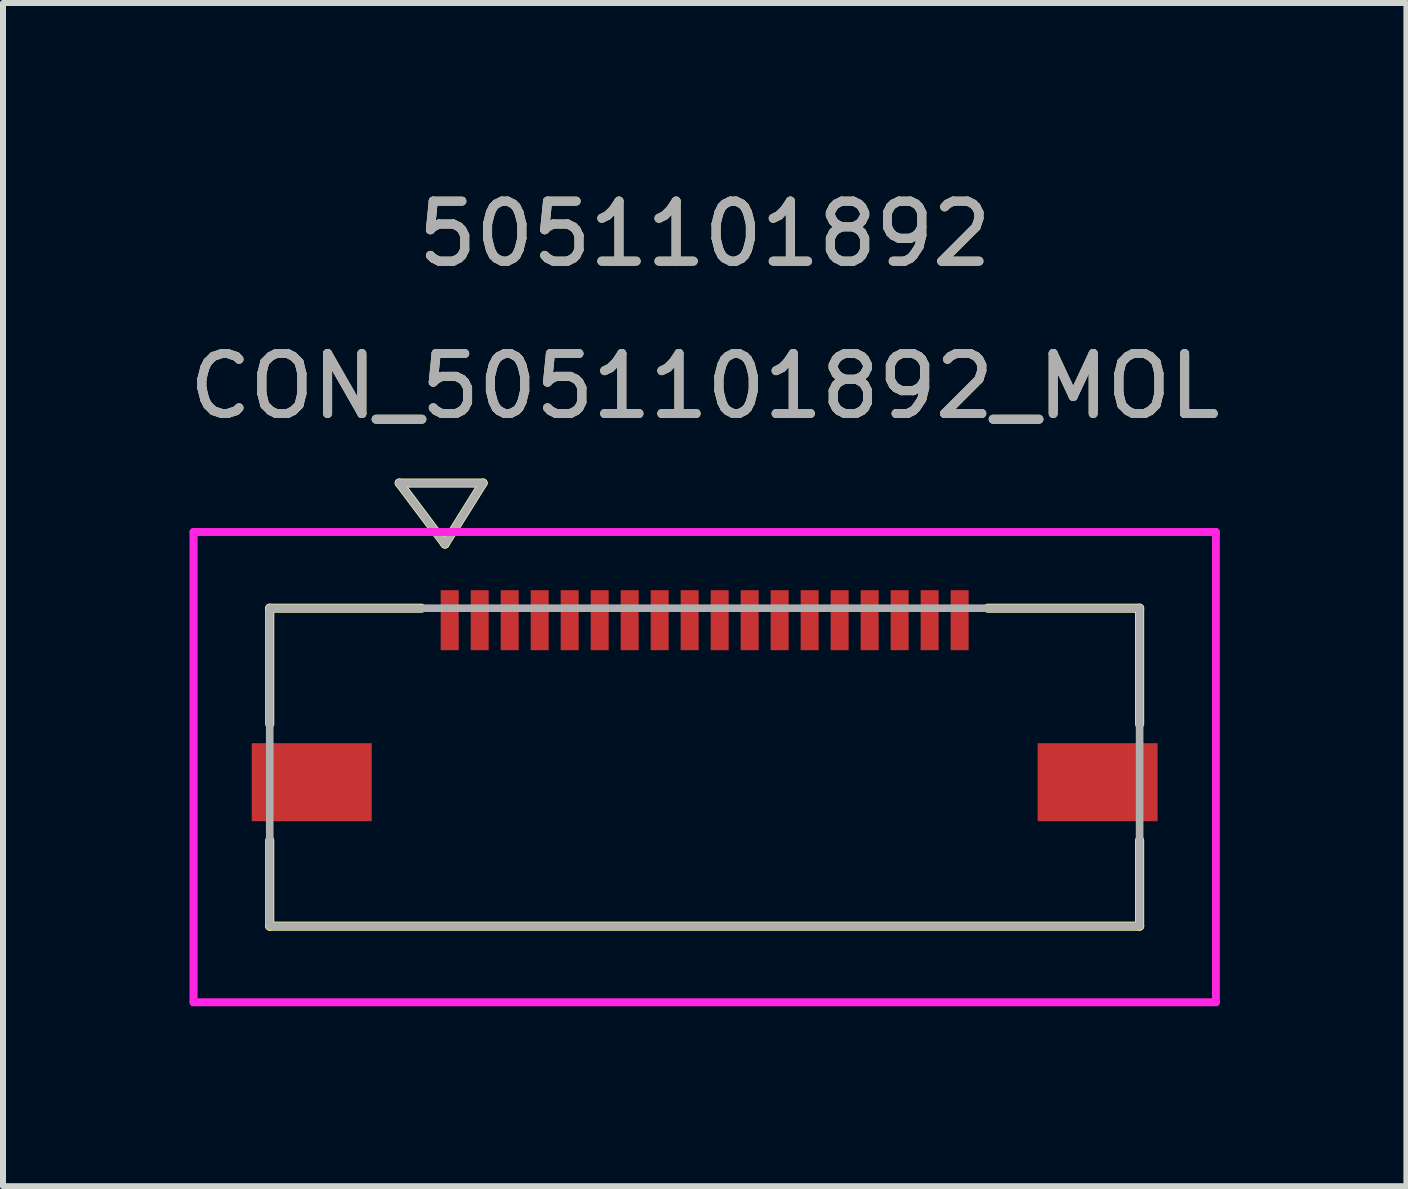
<source format=kicad_pcb>
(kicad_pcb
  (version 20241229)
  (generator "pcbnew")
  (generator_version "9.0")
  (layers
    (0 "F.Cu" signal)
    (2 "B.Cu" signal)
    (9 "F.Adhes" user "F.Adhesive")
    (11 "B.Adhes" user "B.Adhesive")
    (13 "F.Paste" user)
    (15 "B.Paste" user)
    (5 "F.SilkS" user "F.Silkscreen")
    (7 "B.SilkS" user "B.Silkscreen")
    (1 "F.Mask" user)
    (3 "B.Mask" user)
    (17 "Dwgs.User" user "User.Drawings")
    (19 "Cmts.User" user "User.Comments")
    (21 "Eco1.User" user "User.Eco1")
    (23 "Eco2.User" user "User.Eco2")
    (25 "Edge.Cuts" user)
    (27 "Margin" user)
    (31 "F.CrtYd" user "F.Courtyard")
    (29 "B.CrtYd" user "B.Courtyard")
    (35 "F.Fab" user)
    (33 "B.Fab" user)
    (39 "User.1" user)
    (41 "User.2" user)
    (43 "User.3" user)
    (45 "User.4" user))
  (footprint "CON_5051101892_MOL"
    (layer "F.Cu")
    (at 8.696 9.738)
    (property "Reference" "CON_5051101892_MOL" (at 0 -6.35 0) (unlocked yes) (layer "F.SilkS") (effects (font (size 1 1) (thickness 0.15))))
    (attr smd)
    (fp_line (start -7.25 -2.65) (end -7.25 -0.72) (stroke (width 0.152) (type solid)) (layer "F.SilkS"))
    (fp_line (start -7.25 1.22) (end -7.25 2.65) (stroke (width 0.152) (type solid)) (layer "F.SilkS"))
    (fp_line (start -7.25 2.65) (end 7.25 2.65) (stroke (width 0.152) (type solid)) (layer "F.SilkS"))
    (fp_line (start -5.091 -4.736) (end -4.329 -3.72) (stroke (width 0.152) (type solid)) (layer "F.SilkS"))
    (fp_line (start -5.091 -4.736) (end -3.694 -4.736) (stroke (width 0.152) (type solid)) (layer "F.SilkS"))
    (fp_line (start -4.72 -2.65) (end -7.25 -2.65) (stroke (width 0.152) (type solid)) (layer "F.SilkS"))
    (fp_line (start -3.694 -4.736) (end -4.329 -3.72) (stroke (width 0.152) (type solid)) (layer "F.SilkS"))
    (fp_line (start 7.25 -2.65) (end 4.72 -2.65) (stroke (width 0.152) (type solid)) (layer "F.SilkS"))
    (fp_line (start 7.25 -0.72) (end 7.25 -2.65) (stroke (width 0.152) (type solid)) (layer "F.SilkS"))
    (fp_line (start 7.25 2.65) (end 7.25 1.22) (stroke (width 0.152) (type solid)) (layer "F.SilkS"))
    (fp_line (start -8.52 -3.92) (end -8.52 3.92) (stroke (width 0.127) (type solid)) (layer "F.CrtYd"))
    (fp_line (start -8.52 -3.92) (end -8.52 3.92) (stroke (width 0.127) (type solid)) (layer "F.CrtYd"))
    (fp_line (start -8.52 3.92) (end 8.52 3.92) (stroke (width 0.127) (type solid)) (layer "F.CrtYd"))
    (fp_line (start -8.52 3.92) (end 8.52 3.92) (stroke (width 0.127) (type solid)) (layer "F.CrtYd"))
    (fp_line (start 8.52 -3.92) (end -8.52 -3.92) (stroke (width 0.127) (type solid)) (layer "F.CrtYd"))
    (fp_line (start 8.52 -3.92) (end -8.52 -3.92) (stroke (width 0.127) (type solid)) (layer "F.CrtYd"))
    (fp_line (start 8.52 3.92) (end 8.52 -3.92) (stroke (width 0.127) (type solid)) (layer "F.CrtYd"))
    (fp_line (start 8.52 3.92) (end 8.52 -3.92) (stroke (width 0.127) (type solid)) (layer "F.CrtYd"))
    (fp_line (start -7.25 -2.65) (end -7.25 2.65) (stroke (width 0.127) (type solid)) (layer "F.Fab"))
    (fp_line (start -7.25 2.65) (end 7.25 2.65) (stroke (width 0.127) (type solid)) (layer "F.Fab"))
    (fp_line (start -5.091 -4.736) (end -4.329 -3.72) (stroke (width 0.127) (type solid)) (layer "F.Fab"))
    (fp_line (start -5.091 -4.736) (end -3.694 -4.736) (stroke (width 0.127) (type solid)) (layer "F.Fab"))
    (fp_line (start -3.694 -4.736) (end -4.329 -3.72) (stroke (width 0.127) (type solid)) (layer "F.Fab"))
    (fp_line (start 7.25 -2.65) (end -7.25 -2.65) (stroke (width 0.127) (type solid)) (layer "F.Fab"))
    (fp_line (start 7.25 2.65) (end 7.25 -2.65) (stroke (width 0.127) (type solid)) (layer "F.Fab"))
    (fp_text user "5051101892" (at 0 -8.89 0) (unlocked yes) (layer "F.SilkS") (effects (font (size 1 1) (thickness 0.15))))
    (fp_text user "5051101892" (at 0 -8.89 0) (unlocked yes) (layer "F.Fab") (effects (font (size 1 1) (thickness 0.15))))
    (fp_text user "${REFERENCE}" (at 0 -6.35 0) (unlocked yes) (layer "F.Fab") (effects (font (size 1 1) (thickness 0.15))))
    (pad "1" smd rect (at -4.25 -2.45) (size 0.3 1) (layers "F.Cu" "F.Mask" "F.Paste"))
    (pad "2" smd rect (at -3.75 -2.45) (size 0.3 1) (layers "F.Cu" "F.Mask" "F.Paste"))
    (pad "3" smd rect (at -3.25 -2.45) (size 0.3 1) (layers "F.Cu" "F.Mask" "F.Paste"))
    (pad "4" smd rect (at -2.75 -2.45) (size 0.3 1) (layers "F.Cu" "F.Mask" "F.Paste"))
    (pad "5" smd rect (at -2.25 -2.45) (size 0.3 1) (layers "F.Cu" "F.Mask" "F.Paste"))
    (pad "6" smd rect (at -1.75 -2.45) (size 0.3 1) (layers "F.Cu" "F.Mask" "F.Paste"))
    (pad "7" smd rect (at -1.25 -2.45) (size 0.3 1) (layers "F.Cu" "F.Mask" "F.Paste"))
    (pad "8" smd rect (at -0.75 -2.45) (size 0.3 1) (layers "F.Cu" "F.Mask" "F.Paste"))
    (pad "9" smd rect (at -0.25 -2.45) (size 0.3 1) (layers "F.Cu" "F.Mask" "F.Paste"))
    (pad "10" smd rect (at 0.25 -2.45) (size 0.3 1) (layers "F.Cu" "F.Mask" "F.Paste"))
    (pad "11" smd rect (at 0.75 -2.45) (size 0.3 1) (layers "F.Cu" "F.Mask" "F.Paste"))
    (pad "12" smd rect (at 1.25 -2.45) (size 0.3 1) (layers "F.Cu" "F.Mask" "F.Paste"))
    (pad "13" smd rect (at 1.75 -2.45) (size 0.3 1) (layers "F.Cu" "F.Mask" "F.Paste"))
    (pad "14" smd rect (at 2.25 -2.45) (size 0.3 1) (layers "F.Cu" "F.Mask" "F.Paste"))
    (pad "15" smd rect (at 2.75 -2.45) (size 0.3 1) (layers "F.Cu" "F.Mask" "F.Paste"))
    (pad "16" smd rect (at 3.25 -2.45) (size 0.3 1) (layers "F.Cu" "F.Mask" "F.Paste"))
    (pad "17" smd rect (at 3.75 -2.45) (size 0.3 1) (layers "F.Cu" "F.Mask" "F.Paste"))
    (pad "18" smd rect (at 4.25 -2.45) (size 0.3 1) (layers "F.Cu" "F.Mask" "F.Paste"))
    (pad "P1" smd rect (at -6.55 0.25) (size 2 1.3) (layers "F.Cu" "F.Mask" "F.Paste"))
    (pad "P2" smd rect (at 6.55 0.25) (size 2 1.3) (layers "F.Cu" "F.Mask" "F.Paste")))
  (gr_rect
    (start -3 -3)
    (end 20.393 16.722)
    (stroke (width 0.1) (type default))
    (fill no)
    (layer "Edge.Cuts")))
</source>
